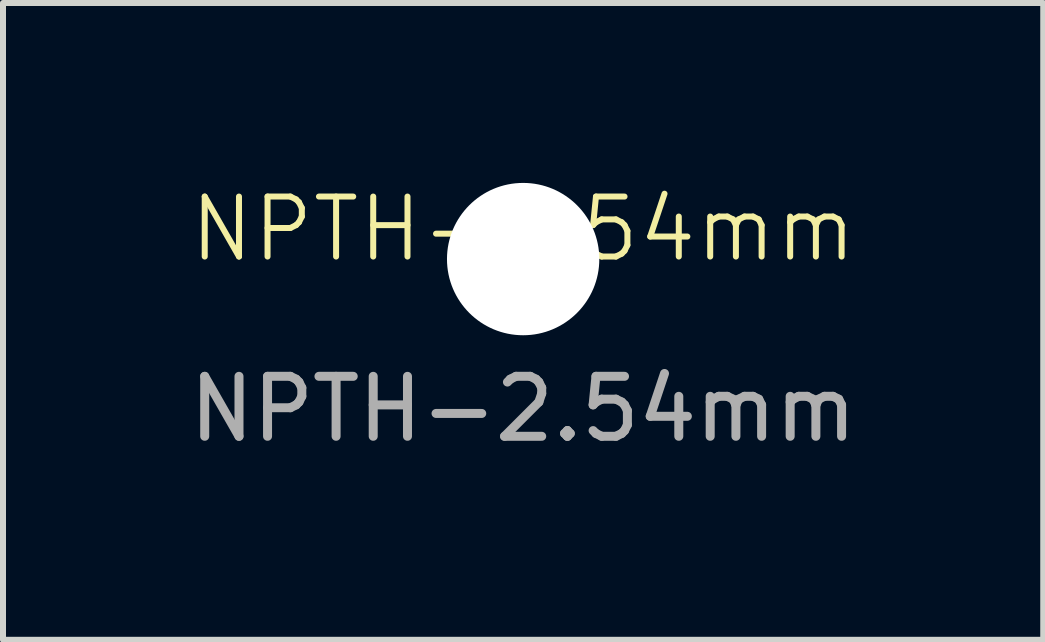
<source format=kicad_pcb>
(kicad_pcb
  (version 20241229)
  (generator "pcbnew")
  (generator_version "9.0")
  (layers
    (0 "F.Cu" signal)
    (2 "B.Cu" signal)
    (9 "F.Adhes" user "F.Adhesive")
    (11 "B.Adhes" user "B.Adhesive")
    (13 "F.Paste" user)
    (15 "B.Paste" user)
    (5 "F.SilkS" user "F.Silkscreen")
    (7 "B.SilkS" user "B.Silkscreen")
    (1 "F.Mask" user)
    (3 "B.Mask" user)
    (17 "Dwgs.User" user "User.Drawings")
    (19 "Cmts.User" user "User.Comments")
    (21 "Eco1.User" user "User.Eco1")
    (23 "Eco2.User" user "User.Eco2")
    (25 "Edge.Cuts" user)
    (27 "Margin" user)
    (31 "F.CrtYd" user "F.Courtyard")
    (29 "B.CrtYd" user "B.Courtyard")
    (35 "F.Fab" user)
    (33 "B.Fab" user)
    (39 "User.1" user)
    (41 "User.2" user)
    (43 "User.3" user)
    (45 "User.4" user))
  (footprint "NPTH-2.54mm"
    (layer "F.Cu")
    (at 5.673 1.27)
    (property "Reference" "NPTH-2.54mm" (at 0 -0.5 0) (unlocked yes) (layer "F.SilkS") (effects (font (size 1 1) (thickness 0.1))))
    (attr through_hole)
    (fp_text user "${REFERENCE}" (at 0 2.5 0) (unlocked yes) (layer "F.Fab") (effects (font (size 1 1) (thickness 0.15))))
    (pad "" np_thru_hole circle (at 0 0) (size 2.54 2.54) (drill 2.54) (layers "*.Cu" "*.Mask")))
  (gr_rect
    (start -3 -3)
    (end 14.345 7.618)
    (stroke (width 0.1) (type default))
    (fill no)
    (layer "Edge.Cuts")))
</source>
